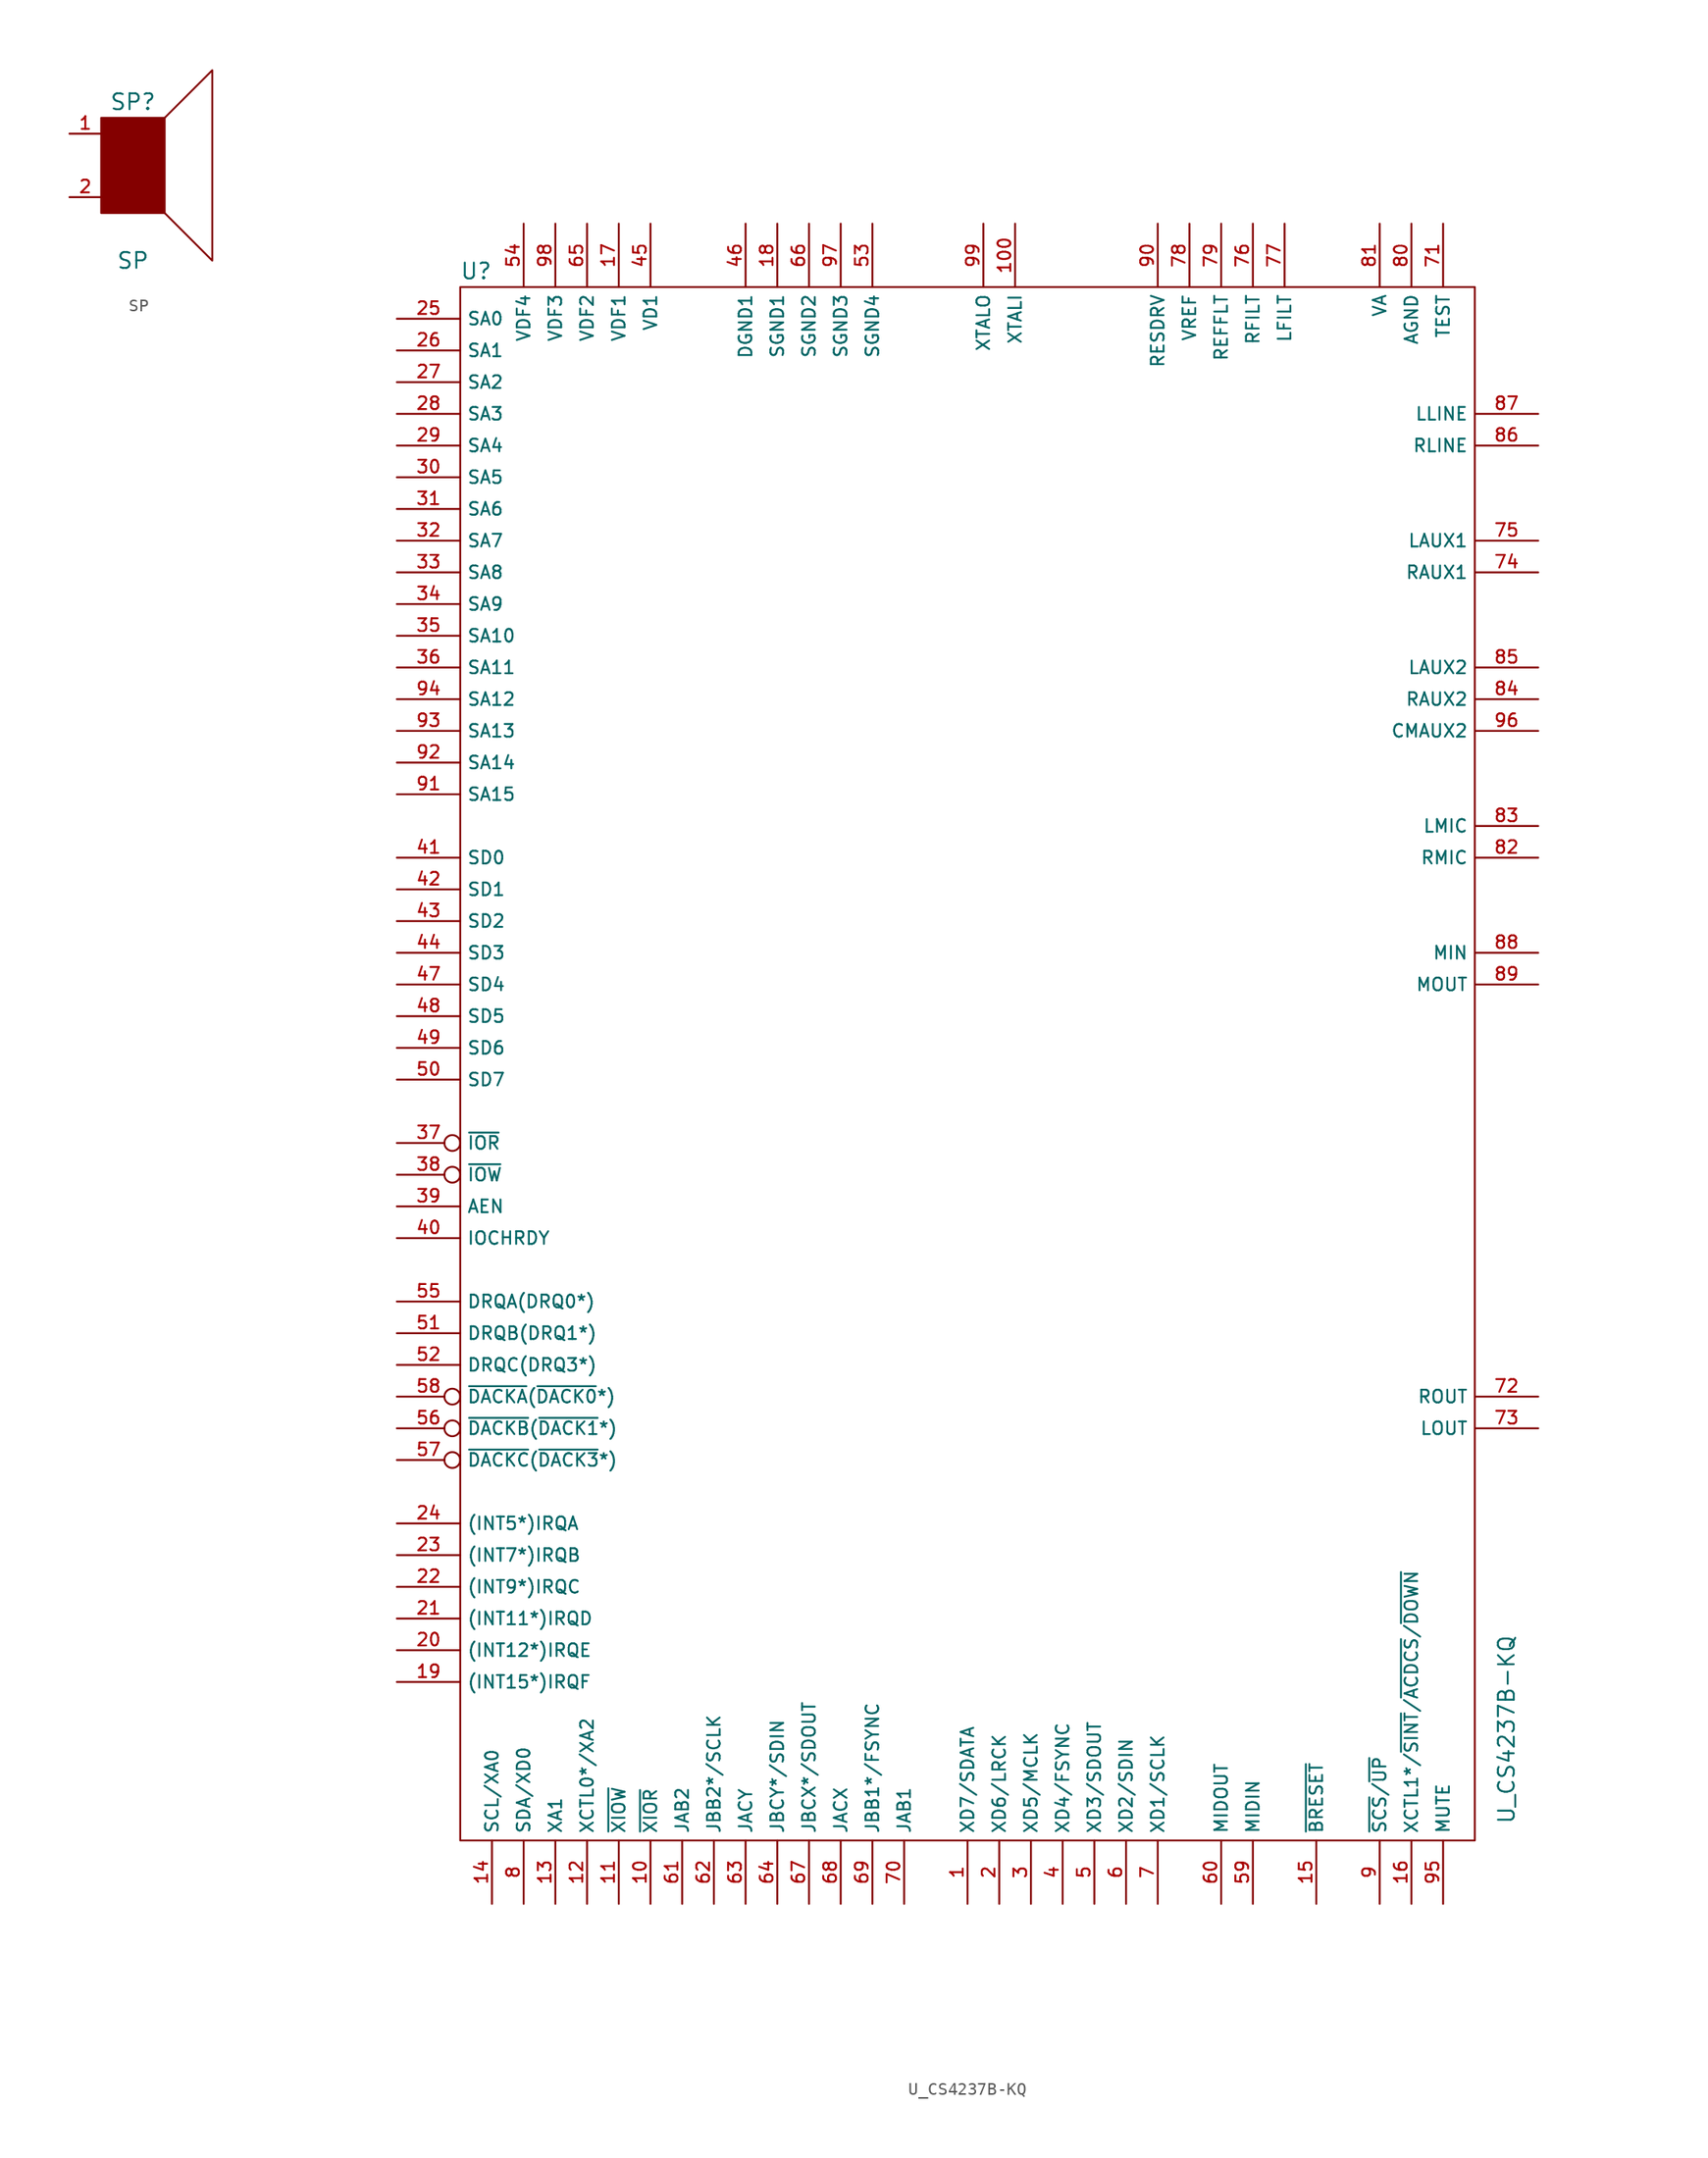
<source format=kicad_sym>
(kicad_symbol_lib
  (version 20211014)
  (generator kicad_symbol_editor)
  (symbol "SP"
    (pin_names
      (offset 1.016))
    (property "Reference" "SP"
      (at 0 5.08 0)
      (effects (font (size 1.27 1.27))))
    (property "Value" "SP"
      (at 0 -7.62 0)
      (effects (font (size 1.27 1.27))))
    (symbol "SP_1_0"
      (polyline (pts (xy 2.54 3.81) (xy 6.35 7.62) (xy 6.35 -7.62) (xy 2.54 -3.81)) (stroke (width 0) (type default) (color 0 0 0 0)) (fill (type none)))
      (polyline (pts (xy -2.54 3.81) (xy 2.54 3.81) (xy 2.54 -3.81) (xy -2.54 -3.81) (xy -2.54 3.81)) (stroke (width 0) (type default) (color 0 0 0 0)) (fill (type outline))))
    (symbol "SP_1_1"
      (pin passive line (at -5.08 2.54 0) (length 2.54) (name "~" (effects (font (size 1.016 1.016)))) (number "1" (effects (font (size 1.016 1.016)))))
      (pin passive line (at -5.08 -2.54 0) (length 2.54) (name "~" (effects (font (size 1.016 1.016)))) (number "2" (effects (font (size 1.016 1.016)))))))
  (symbol "U_CS4237B-KQ"
    (property "Reference" "U"
      (at -39.37 63.5 0)
      (effects (font (size 1.27 1.27))))
    (property "Value" "U_CS4237B-KQ"
      (at 43.18 -53.34 90)
      (effects (font (size 1.27 1.27))))
    (symbol "U_CS4237B-KQ_0_1"
      (rectangle (start -40.64 62.23) (end 40.64 -62.23) (stroke (width 0.152) (type default) (color 0 0 0 0)) (fill (type none))))
    (symbol "U_CS4237B-KQ_1_1"
      (pin passive line (at 0 -67.31 90) (length 5.08) (name "XD7/SDATA" (effects (font (size 1.016 1.016)))) (number "1" (effects (font (size 1.016 1.016)))))
      (pin passive line (at -25.4 -67.31 90) (length 5.08) (name "~{XIOR}" (effects (font (size 1.016 1.016)))) (number "10" (effects (font (size 1.016 1.016)))))
      (pin passive line (at 3.81 67.31 270) (length 5.08) (name "XTALI" (effects (font (size 1.016 1.016)))) (number "100" (effects (font (size 1.016 1.016)))))
      (pin passive line (at -27.94 -67.31 90) (length 5.08) (name "~{XIOW}" (effects (font (size 1.016 1.016)))) (number "11" (effects (font (size 1.016 1.016)))))
      (pin passive line (at -30.48 -67.31 90) (length 5.08) (name "XCTL0*/XA2" (effects (font (size 1.016 1.016)))) (number "12" (effects (font (size 1.016 1.016)))))
      (pin passive line (at -33.02 -67.31 90) (length 5.08) (name "XA1" (effects (font (size 1.016 1.016)))) (number "13" (effects (font (size 1.016 1.016)))))
      (pin passive line (at -38.1 -67.31 90) (length 5.08) (name "SCL/XA0" (effects (font (size 1.016 1.016)))) (number "14" (effects (font (size 1.016 1.016)))))
      (pin input line (at 27.94 -67.31 90) (length 5.08) (name "~{BRESET}" (effects (font (size 1.016 1.016)))) (number "15" (effects (font (size 1.016 1.016)))))
      (pin passive line (at 35.56 -67.31 90) (length 5.08) (name "XCTL1*/~{SINT}/~{ACDCS}/~{DOWN}" (effects (font (size 1.016 1.016)))) (number "16" (effects (font (size 1.016 1.016)))))
      (pin power_in line (at -27.94 67.31 270) (length 5.08) (name "VDF1" (effects (font (size 1.016 1.016)))) (number "17" (effects (font (size 1.016 1.016)))))
      (pin power_in line (at -15.24 67.31 270) (length 5.08) (name "SGND1" (effects (font (size 1.016 1.016)))) (number "18" (effects (font (size 1.016 1.016)))))
      (pin output line (at -45.72 -49.53 0) (length 5.08) (name "(INT15*)IRQF" (effects (font (size 1.016 1.016)))) (number "19" (effects (font (size 1.016 1.016)))))
      (pin passive line (at 2.54 -67.31 90) (length 5.08) (name "XD6/LRCK" (effects (font (size 1.016 1.016)))) (number "2" (effects (font (size 1.016 1.016)))))
      (pin output line (at -45.72 -46.99 0) (length 5.08) (name "(INT12*)IRQE" (effects (font (size 1.016 1.016)))) (number "20" (effects (font (size 1.016 1.016)))))
      (pin output line (at -45.72 -44.45 0) (length 5.08) (name "(INT11*)IRQD" (effects (font (size 1.016 1.016)))) (number "21" (effects (font (size 1.016 1.016)))))
      (pin output line (at -45.72 -41.91 0) (length 5.08) (name "(INT9*)IRQC" (effects (font (size 1.016 1.016)))) (number "22" (effects (font (size 1.016 1.016)))))
      (pin output line (at -45.72 -39.37 0) (length 5.08) (name "(INT7*)IRQB" (effects (font (size 1.016 1.016)))) (number "23" (effects (font (size 1.016 1.016)))))
      (pin output line (at -45.72 -36.83 0) (length 5.08) (name "(INT5*)IRQA" (effects (font (size 1.016 1.016)))) (number "24" (effects (font (size 1.016 1.016)))))
      (pin input line (at -45.72 59.69 0) (length 5.08) (name "SA0" (effects (font (size 1.016 1.016)))) (number "25" (effects (font (size 1.016 1.016)))))
      (pin input line (at -45.72 57.15 0) (length 5.08) (name "SA1" (effects (font (size 1.016 1.016)))) (number "26" (effects (font (size 1.016 1.016)))))
      (pin input line (at -45.72 54.61 0) (length 5.08) (name "SA2" (effects (font (size 1.016 1.016)))) (number "27" (effects (font (size 1.016 1.016)))))
      (pin input line (at -45.72 52.07 0) (length 5.08) (name "SA3" (effects (font (size 1.016 1.016)))) (number "28" (effects (font (size 1.016 1.016)))))
      (pin input line (at -45.72 49.53 0) (length 5.08) (name "SA4" (effects (font (size 1.016 1.016)))) (number "29" (effects (font (size 1.016 1.016)))))
      (pin passive line (at 5.08 -67.31 90) (length 5.08) (name "XD5/MCLK" (effects (font (size 1.016 1.016)))) (number "3" (effects (font (size 1.016 1.016)))))
      (pin input line (at -45.72 46.99 0) (length 5.08) (name "SA5" (effects (font (size 1.016 1.016)))) (number "30" (effects (font (size 1.016 1.016)))))
      (pin input line (at -45.72 44.45 0) (length 5.08) (name "SA6" (effects (font (size 1.016 1.016)))) (number "31" (effects (font (size 1.016 1.016)))))
      (pin input line (at -45.72 41.91 0) (length 5.08) (name "SA7" (effects (font (size 1.016 1.016)))) (number "32" (effects (font (size 1.016 1.016)))))
      (pin input line (at -45.72 39.37 0) (length 5.08) (name "SA8" (effects (font (size 1.016 1.016)))) (number "33" (effects (font (size 1.016 1.016)))))
      (pin input line (at -45.72 36.83 0) (length 5.08) (name "SA9" (effects (font (size 1.016 1.016)))) (number "34" (effects (font (size 1.016 1.016)))))
      (pin input line (at -45.72 34.29 0) (length 5.08) (name "SA10" (effects (font (size 1.016 1.016)))) (number "35" (effects (font (size 1.016 1.016)))))
      (pin input line (at -45.72 31.75 0) (length 5.08) (name "SA11" (effects (font (size 1.016 1.016)))) (number "36" (effects (font (size 1.016 1.016)))))
      (pin input inverted (at -45.72 -6.35 0) (length 5.08) (name "~{IOR}" (effects (font (size 1.016 1.016)))) (number "37" (effects (font (size 1.016 1.016)))))
      (pin input inverted (at -45.72 -8.89 0) (length 5.08) (name "~{IOW}" (effects (font (size 1.016 1.016)))) (number "38" (effects (font (size 1.016 1.016)))))
      (pin input line (at -45.72 -11.43 0) (length 5.08) (name "AEN" (effects (font (size 1.016 1.016)))) (number "39" (effects (font (size 1.016 1.016)))))
      (pin passive line (at 7.62 -67.31 90) (length 5.08) (name "XD4/FSYNC" (effects (font (size 1.016 1.016)))) (number "4" (effects (font (size 1.016 1.016)))))
      (pin output line (at -45.72 -13.97 0) (length 5.08) (name "IOCHRDY" (effects (font (size 1.016 1.016)))) (number "40" (effects (font (size 1.016 1.016)))))
      (pin bidirectional line (at -45.72 16.51 0) (length 5.08) (name "SD0" (effects (font (size 1.016 1.016)))) (number "41" (effects (font (size 1.016 1.016)))))
      (pin bidirectional line (at -45.72 13.97 0) (length 5.08) (name "SD1" (effects (font (size 1.016 1.016)))) (number "42" (effects (font (size 1.016 1.016)))))
      (pin bidirectional line (at -45.72 11.43 0) (length 5.08) (name "SD2" (effects (font (size 1.016 1.016)))) (number "43" (effects (font (size 1.016 1.016)))))
      (pin bidirectional line (at -45.72 8.89 0) (length 5.08) (name "SD3" (effects (font (size 1.016 1.016)))) (number "44" (effects (font (size 1.016 1.016)))))
      (pin power_in line (at -25.4 67.31 270) (length 5.08) (name "VD1" (effects (font (size 1.016 1.016)))) (number "45" (effects (font (size 1.016 1.016)))))
      (pin power_in line (at -17.78 67.31 270) (length 5.08) (name "DGND1" (effects (font (size 1.016 1.016)))) (number "46" (effects (font (size 1.016 1.016)))))
      (pin bidirectional line (at -45.72 6.35 0) (length 5.08) (name "SD4" (effects (font (size 1.016 1.016)))) (number "47" (effects (font (size 1.016 1.016)))))
      (pin bidirectional line (at -45.72 3.81 0) (length 5.08) (name "SD5" (effects (font (size 1.016 1.016)))) (number "48" (effects (font (size 1.016 1.016)))))
      (pin bidirectional line (at -45.72 1.27 0) (length 5.08) (name "SD6" (effects (font (size 1.016 1.016)))) (number "49" (effects (font (size 1.016 1.016)))))
      (pin passive line (at 10.16 -67.31 90) (length 5.08) (name "XD3/SDOUT" (effects (font (size 1.016 1.016)))) (number "5" (effects (font (size 1.016 1.016)))))
      (pin bidirectional line (at -45.72 -1.27 0) (length 5.08) (name "SD7" (effects (font (size 1.016 1.016)))) (number "50" (effects (font (size 1.016 1.016)))))
      (pin output line (at -45.72 -21.59 0) (length 5.08) (name "DRQB(DRQ1*)" (effects (font (size 1.016 1.016)))) (number "51" (effects (font (size 1.016 1.016)))))
      (pin output line (at -45.72 -24.13 0) (length 5.08) (name "DRQC(DRQ3*)" (effects (font (size 1.016 1.016)))) (number "52" (effects (font (size 1.016 1.016)))))
      (pin power_in line (at -7.62 67.31 270) (length 5.08) (name "SGND4" (effects (font (size 1.016 1.016)))) (number "53" (effects (font (size 1.016 1.016)))))
      (pin power_in line (at -35.56 67.31 270) (length 5.08) (name "VDF4" (effects (font (size 1.016 1.016)))) (number "54" (effects (font (size 1.016 1.016)))))
      (pin output line (at -45.72 -19.05 0) (length 5.08) (name "DRQA(DRQ0*)" (effects (font (size 1.016 1.016)))) (number "55" (effects (font (size 1.016 1.016)))))
      (pin input inverted (at -45.72 -29.21 0) (length 5.08) (name "~{DACKB}(~{DACK1}*)" (effects (font (size 1.016 1.016)))) (number "56" (effects (font (size 1.016 1.016)))))
      (pin input inverted (at -45.72 -31.75 0) (length 5.08) (name "~{DACKC}(~{DACK3}*)" (effects (font (size 1.016 1.016)))) (number "57" (effects (font (size 1.016 1.016)))))
      (pin input inverted (at -45.72 -26.67 0) (length 5.08) (name "~{DACKA}(~{DACK0}*)" (effects (font (size 1.016 1.016)))) (number "58" (effects (font (size 1.016 1.016)))))
      (pin input line (at 22.86 -67.31 90) (length 5.08) (name "MIDIN" (effects (font (size 1.016 1.016)))) (number "59" (effects (font (size 1.016 1.016)))))
      (pin passive line (at 12.7 -67.31 90) (length 5.08) (name "XD2/SDIN" (effects (font (size 1.016 1.016)))) (number "6" (effects (font (size 1.016 1.016)))))
      (pin output line (at 20.32 -67.31 90) (length 5.08) (name "MIDOUT" (effects (font (size 1.016 1.016)))) (number "60" (effects (font (size 1.016 1.016)))))
      (pin passive line (at -22.86 -67.31 90) (length 5.08) (name "JAB2" (effects (font (size 1.016 1.016)))) (number "61" (effects (font (size 1.016 1.016)))))
      (pin passive line (at -20.32 -67.31 90) (length 5.08) (name "JBB2*/SCLK" (effects (font (size 1.016 1.016)))) (number "62" (effects (font (size 1.016 1.016)))))
      (pin passive line (at -17.78 -67.31 90) (length 5.08) (name "JACY" (effects (font (size 1.016 1.016)))) (number "63" (effects (font (size 1.016 1.016)))))
      (pin passive line (at -15.24 -67.31 90) (length 5.08) (name "JBCY*/SDIN" (effects (font (size 1.016 1.016)))) (number "64" (effects (font (size 1.016 1.016)))))
      (pin power_in line (at -30.48 67.31 270) (length 5.08) (name "VDF2" (effects (font (size 1.016 1.016)))) (number "65" (effects (font (size 1.016 1.016)))))
      (pin power_in line (at -12.7 67.31 270) (length 5.08) (name "SGND2" (effects (font (size 1.016 1.016)))) (number "66" (effects (font (size 1.016 1.016)))))
      (pin passive line (at -12.7 -67.31 90) (length 5.08) (name "JBCX*/SDOUT" (effects (font (size 1.016 1.016)))) (number "67" (effects (font (size 1.016 1.016)))))
      (pin passive line (at -10.16 -67.31 90) (length 5.08) (name "JACX" (effects (font (size 1.016 1.016)))) (number "68" (effects (font (size 1.016 1.016)))))
      (pin passive line (at -7.62 -67.31 90) (length 5.08) (name "JBB1*/FSYNC" (effects (font (size 1.016 1.016)))) (number "69" (effects (font (size 1.016 1.016)))))
      (pin passive line (at 15.24 -67.31 90) (length 5.08) (name "XD1/SCLK" (effects (font (size 1.016 1.016)))) (number "7" (effects (font (size 1.016 1.016)))))
      (pin passive line (at -5.08 -67.31 90) (length 5.08) (name "JAB1" (effects (font (size 1.016 1.016)))) (number "70" (effects (font (size 1.016 1.016)))))
      (pin passive line (at 38.1 67.31 270) (length 5.08) (name "TEST" (effects (font (size 1.016 1.016)))) (number "71" (effects (font (size 1.016 1.016)))))
      (pin output line (at 45.72 -26.67 180) (length 5.08) (name "ROUT" (effects (font (size 1.016 1.016)))) (number "72" (effects (font (size 1.016 1.016)))))
      (pin output line (at 45.72 -29.21 180) (length 5.08) (name "LOUT" (effects (font (size 1.016 1.016)))) (number "73" (effects (font (size 1.016 1.016)))))
      (pin passive line (at 45.72 39.37 180) (length 5.08) (name "RAUX1" (effects (font (size 1.016 1.016)))) (number "74" (effects (font (size 1.016 1.016)))))
      (pin passive line (at 45.72 41.91 180) (length 5.08) (name "LAUX1" (effects (font (size 1.016 1.016)))) (number "75" (effects (font (size 1.016 1.016)))))
      (pin passive line (at 22.86 67.31 270) (length 5.08) (name "RFILT" (effects (font (size 1.016 1.016)))) (number "76" (effects (font (size 1.016 1.016)))))
      (pin passive line (at 25.4 67.31 270) (length 5.08) (name "LFILT" (effects (font (size 1.016 1.016)))) (number "77" (effects (font (size 1.016 1.016)))))
      (pin passive line (at 17.78 67.31 270) (length 5.08) (name "VREF" (effects (font (size 1.016 1.016)))) (number "78" (effects (font (size 1.016 1.016)))))
      (pin passive line (at 20.32 67.31 270) (length 5.08) (name "REFFLT" (effects (font (size 1.016 1.016)))) (number "79" (effects (font (size 1.016 1.016)))))
      (pin passive line (at -35.56 -67.31 90) (length 5.08) (name "SDA/XD0" (effects (font (size 1.016 1.016)))) (number "8" (effects (font (size 1.016 1.016)))))
      (pin passive line (at 35.56 67.31 270) (length 5.08) (name "AGND" (effects (font (size 1.016 1.016)))) (number "80" (effects (font (size 1.016 1.016)))))
      (pin passive line (at 33.02 67.31 270) (length 5.08) (name "VA" (effects (font (size 1.016 1.016)))) (number "81" (effects (font (size 1.016 1.016)))))
      (pin passive line (at 45.72 16.51 180) (length 5.08) (name "RMIC" (effects (font (size 1.016 1.016)))) (number "82" (effects (font (size 1.016 1.016)))))
      (pin passive line (at 45.72 19.05 180) (length 5.08) (name "LMIC" (effects (font (size 1.016 1.016)))) (number "83" (effects (font (size 1.016 1.016)))))
      (pin passive line (at 45.72 29.21 180) (length 5.08) (name "RAUX2" (effects (font (size 1.016 1.016)))) (number "84" (effects (font (size 1.016 1.016)))))
      (pin passive line (at 45.72 31.75 180) (length 5.08) (name "LAUX2" (effects (font (size 1.016 1.016)))) (number "85" (effects (font (size 1.016 1.016)))))
      (pin input line (at 45.72 49.53 180) (length 5.08) (name "RLINE" (effects (font (size 1.016 1.016)))) (number "86" (effects (font (size 1.016 1.016)))))
      (pin input line (at 45.72 52.07 180) (length 5.08) (name "LLINE" (effects (font (size 1.016 1.016)))) (number "87" (effects (font (size 1.016 1.016)))))
      (pin input line (at 45.72 8.89 180) (length 5.08) (name "MIN" (effects (font (size 1.016 1.016)))) (number "88" (effects (font (size 1.016 1.016)))))
      (pin output line (at 45.72 6.35 180) (length 5.08) (name "MOUT" (effects (font (size 1.016 1.016)))) (number "89" (effects (font (size 1.016 1.016)))))
      (pin passive line (at 33.02 -67.31 90) (length 5.08) (name "~{SCS}/~{UP}" (effects (font (size 1.016 1.016)))) (number "9" (effects (font (size 1.016 1.016)))))
      (pin passive line (at 15.24 67.31 270) (length 5.08) (name "RESDRV" (effects (font (size 1.016 1.016)))) (number "90" (effects (font (size 1.016 1.016)))))
      (pin input line (at -45.72 21.59 0) (length 5.08) (name "SA15" (effects (font (size 1.016 1.016)))) (number "91" (effects (font (size 1.016 1.016)))))
      (pin input line (at -45.72 24.13 0) (length 5.08) (name "SA14" (effects (font (size 1.016 1.016)))) (number "92" (effects (font (size 1.016 1.016)))))
      (pin input line (at -45.72 26.67 0) (length 5.08) (name "SA13" (effects (font (size 1.016 1.016)))) (number "93" (effects (font (size 1.016 1.016)))))
      (pin input line (at -45.72 29.21 0) (length 5.08) (name "SA12" (effects (font (size 1.016 1.016)))) (number "94" (effects (font (size 1.016 1.016)))))
      (pin passive line (at 38.1 -67.31 90) (length 5.08) (name "MUTE" (effects (font (size 1.016 1.016)))) (number "95" (effects (font (size 1.016 1.016)))))
      (pin passive line (at 45.72 26.67 180) (length 5.08) (name "CMAUX2" (effects (font (size 1.016 1.016)))) (number "96" (effects (font (size 1.016 1.016)))))
      (pin power_in line (at -10.16 67.31 270) (length 5.08) (name "SGND3" (effects (font (size 1.016 1.016)))) (number "97" (effects (font (size 1.016 1.016)))))
      (pin power_in line (at -33.02 67.31 270) (length 5.08) (name "VDF3" (effects (font (size 1.016 1.016)))) (number "98" (effects (font (size 1.016 1.016)))))
      (pin passive line (at 1.27 67.31 270) (length 5.08) (name "XTALO" (effects (font (size 1.016 1.016)))) (number "99" (effects (font (size 1.016 1.016))))))))
</source>
